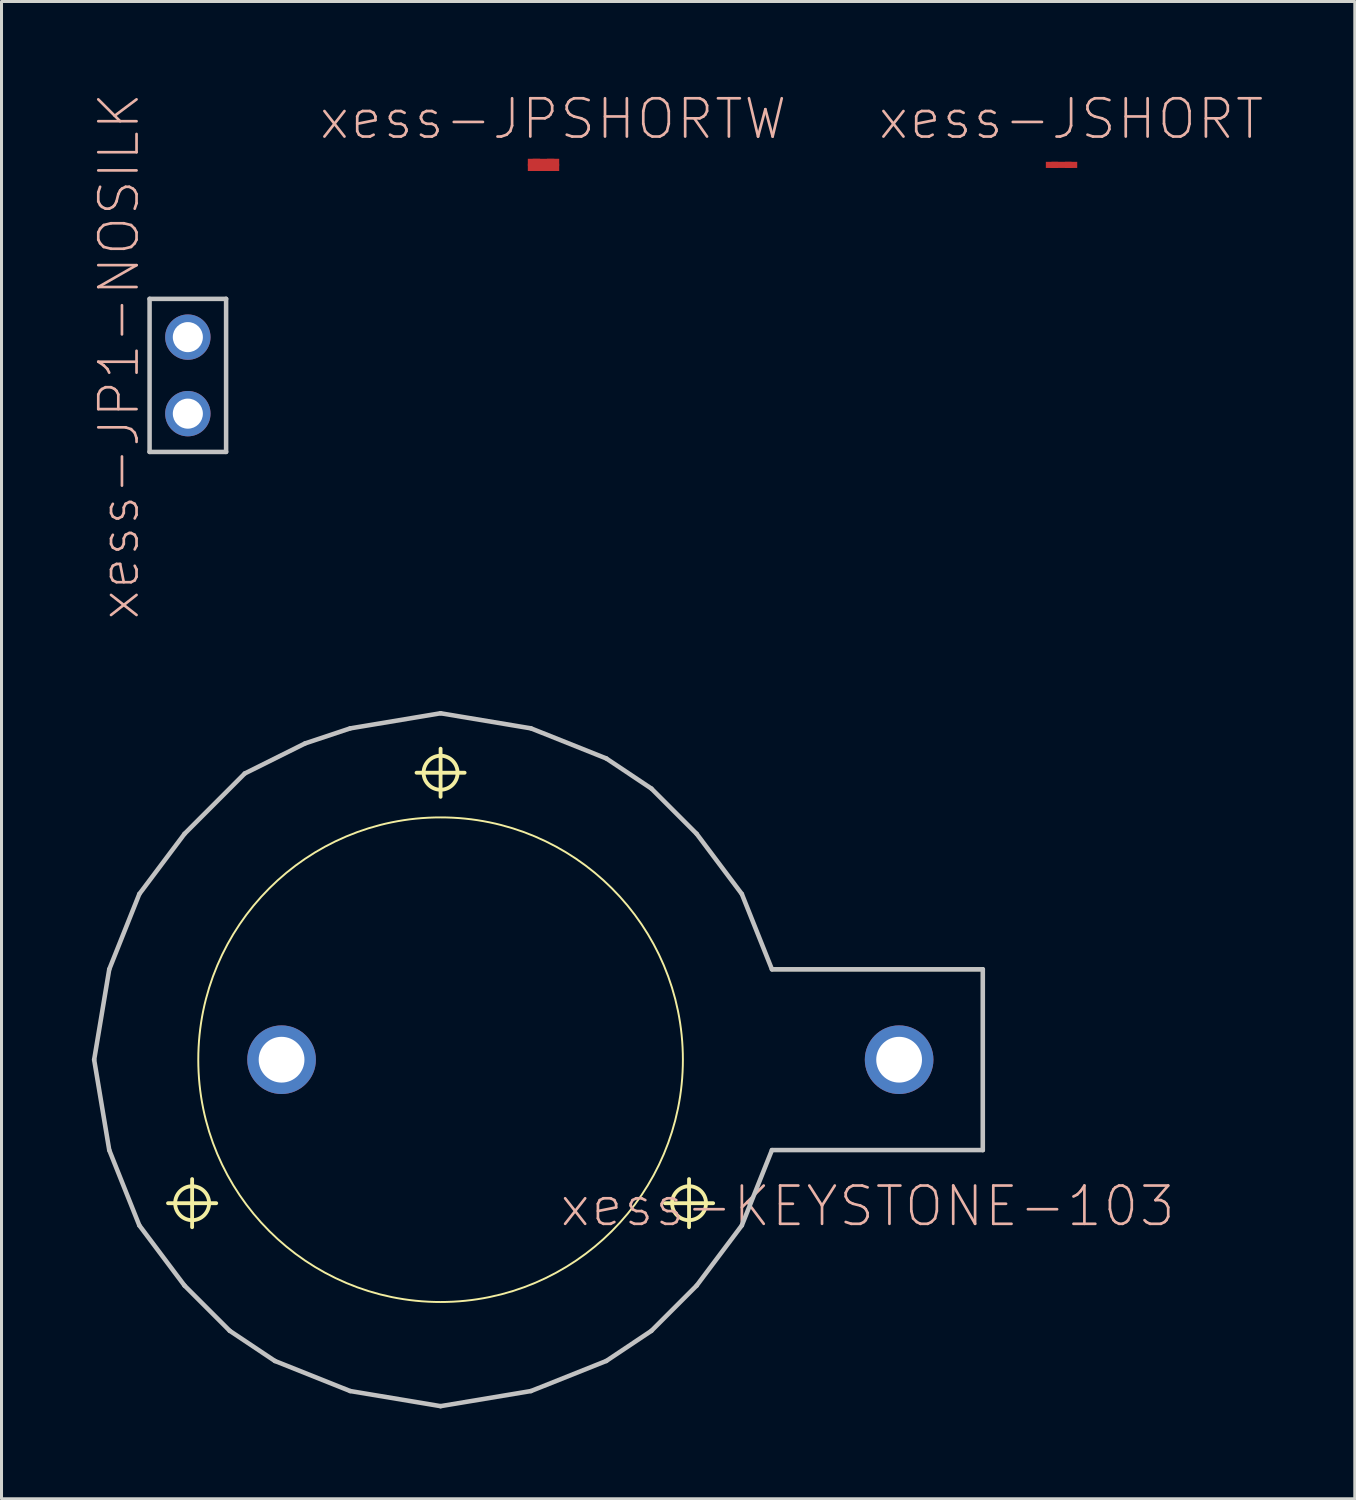
<source format=kicad_pcb>
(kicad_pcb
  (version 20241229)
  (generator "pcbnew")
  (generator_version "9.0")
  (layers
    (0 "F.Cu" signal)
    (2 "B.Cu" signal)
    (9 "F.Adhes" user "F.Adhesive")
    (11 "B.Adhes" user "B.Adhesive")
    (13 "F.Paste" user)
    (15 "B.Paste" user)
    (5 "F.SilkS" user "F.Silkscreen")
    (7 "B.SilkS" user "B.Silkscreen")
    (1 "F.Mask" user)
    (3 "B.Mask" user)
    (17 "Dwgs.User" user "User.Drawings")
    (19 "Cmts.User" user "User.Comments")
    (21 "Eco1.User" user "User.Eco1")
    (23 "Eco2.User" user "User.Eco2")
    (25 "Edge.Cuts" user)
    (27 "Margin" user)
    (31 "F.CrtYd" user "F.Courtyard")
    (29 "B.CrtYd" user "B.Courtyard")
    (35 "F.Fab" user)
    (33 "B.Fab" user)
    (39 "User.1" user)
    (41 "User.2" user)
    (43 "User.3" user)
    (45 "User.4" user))
  (footprint "xess-JP1-NOSILK"
    (layer "F.Cu")
    (at 3.185 9.41)
    (property "Reference" "xess-JP1-NOSILK" (at -2.286 -0.635 90) (layer "B.SilkS") (effects (font (size 1.27 1.27) (thickness 0.089))))
    (attr exclude_from_pos_files exclude_from_bom)
    (fp_line (start -1.27 -2.54) (end 1.27 -2.54) (stroke (width 0.15) (type solid)) (layer "Dwgs.User"))
    (fp_line (start -1.27 2.54) (end -1.27 -2.54) (stroke (width 0.15) (type solid)) (layer "Dwgs.User"))
    (fp_line (start -0.305 -1.575) (end 0.305 -1.575) (stroke (width 0.066) (type solid)) (layer "Dwgs.User"))
    (fp_line (start -0.305 -0.965) (end -0.305 -1.575) (stroke (width 0.066) (type solid)) (layer "Dwgs.User"))
    (fp_line (start -0.305 -0.965) (end 0.305 -0.965) (stroke (width 0.066) (type solid)) (layer "Dwgs.User"))
    (fp_line (start -0.305 0.965) (end 0.305 0.965) (stroke (width 0.066) (type solid)) (layer "Dwgs.User"))
    (fp_line (start -0.305 1.575) (end -0.305 0.965) (stroke (width 0.066) (type solid)) (layer "Dwgs.User"))
    (fp_line (start -0.305 1.575) (end 0.305 1.575) (stroke (width 0.066) (type solid)) (layer "Dwgs.User"))
    (fp_line (start 0.305 -0.965) (end 0.305 -1.575) (stroke (width 0.066) (type solid)) (layer "Dwgs.User"))
    (fp_line (start 0.305 1.575) (end 0.305 0.965) (stroke (width 0.066) (type solid)) (layer "Dwgs.User"))
    (fp_line (start 1.27 -2.54) (end 1.27 2.54) (stroke (width 0.15) (type solid)) (layer "Dwgs.User"))
    (fp_line (start 1.27 2.54) (end -1.27 2.54) (stroke (width 0.15) (type solid)) (layer "Dwgs.User"))
    (pad "1" thru_hole circle (at 0 1.27) (size 1.506 1.506) (drill 0.998) (layers "*.Cu" "*.Mask"))
    (pad "2" thru_hole circle (at 0 -1.27) (size 1.506 1.506) (drill 0.998) (layers "*.Cu" "*.Mask")))
  (footprint "xess-KEYSTONE-103"
    (layer "F.Cu")
    (at 11.574 32.124)
    (property "Reference" "xess-KEYSTONE-103" (at 14.173 4.864 0) (layer "B.SilkS") (effects (font (size 1.27 1.27) (thickness 0.089))))
    (attr exclude_from_pos_files exclude_from_bom)
    (fp_line (start -9.047 4.763) (end -7.447 4.763) (stroke (width 0.127) (type solid)) (layer "F.SilkS"))
    (fp_line (start -8.247 5.56) (end -8.247 3.962) (stroke (width 0.127) (type solid)) (layer "F.SilkS"))
    (fp_line (start -0.798 -9.525) (end 0.798 -9.525) (stroke (width 0.127) (type solid)) (layer "F.SilkS"))
    (fp_line (start 0 -8.725) (end 0 -10.323) (stroke (width 0.127) (type solid)) (layer "F.SilkS"))
    (fp_line (start 7.447 4.763) (end 9.047 4.763) (stroke (width 0.127) (type solid)) (layer "F.SilkS"))
    (fp_line (start 8.247 5.56) (end 8.247 3.962) (stroke (width 0.127) (type solid)) (layer "F.SilkS"))
    (fp_line (start 10.998 -3) (end 17.998 -3) (stroke (width 0.127) (type solid)) (layer "F.SilkS"))
    (fp_line (start 17.998 -3) (end 17.998 3) (stroke (width 0.127) (type solid)) (layer "F.SilkS"))
    (fp_line (start 17.998 3) (end 10.998 3) (stroke (width 0.127) (type solid)) (layer "F.SilkS"))
    (fp_circle (center -8.247 4.763) (end -8.646 5.161) (stroke (width 0.127) (type solid)) (fill no) (layer "F.SilkS"))
    (fp_circle (center 0 -9.525) (end -0.399 -9.924) (stroke (width 0.127) (type solid)) (fill no) (layer "F.SilkS"))
    (fp_circle (center 0 0) (end -5.687 5.687) (stroke (width 0.064) (type solid)) (fill no) (layer "F.SilkS"))
    (fp_circle (center 8.247 4.763) (end 8.646 5.161) (stroke (width 0.127) (type solid)) (fill no) (layer "F.SilkS"))
    (fp_line (start -11.499 0) (end -10.998 3) (stroke (width 0.15) (type solid)) (layer "Dwgs.User"))
    (fp_line (start -10.998 -3) (end -11.499 0) (stroke (width 0.15) (type solid)) (layer "Dwgs.User"))
    (fp_line (start -10.998 3) (end -10 5.499) (stroke (width 0.15) (type solid)) (layer "Dwgs.User"))
    (fp_line (start -10 -5.499) (end -10.998 -3) (stroke (width 0.15) (type solid)) (layer "Dwgs.User"))
    (fp_line (start -10 5.499) (end -8.499 7.498) (stroke (width 0.15) (type solid)) (layer "Dwgs.User"))
    (fp_line (start -8.499 -7.498) (end -10 -5.499) (stroke (width 0.15) (type solid)) (layer "Dwgs.User"))
    (fp_line (start -8.499 7.498) (end -6.998 8.999) (stroke (width 0.15) (type solid)) (layer "Dwgs.User"))
    (fp_line (start -6.998 8.999) (end -5.499 10) (stroke (width 0.15) (type solid)) (layer "Dwgs.User"))
    (fp_line (start -6.5 -9.5) (end -8.499 -7.498) (stroke (width 0.15) (type solid)) (layer "Dwgs.User"))
    (fp_line (start -5.499 10) (end -3 10.998) (stroke (width 0.15) (type solid)) (layer "Dwgs.User"))
    (fp_line (start -4.498 -10.498) (end -6.5 -9.5) (stroke (width 0.15) (type solid)) (layer "Dwgs.User"))
    (fp_line (start -3 -10.998) (end -4.498 -10.498) (stroke (width 0.15) (type solid)) (layer "Dwgs.User"))
    (fp_line (start -3 10.998) (end 0 11.499) (stroke (width 0.15) (type solid)) (layer "Dwgs.User"))
    (fp_line (start 0 -11.499) (end -3 -10.998) (stroke (width 0.15) (type solid)) (layer "Dwgs.User"))
    (fp_line (start 0 11.499) (end 3 10.998) (stroke (width 0.15) (type solid)) (layer "Dwgs.User"))
    (fp_line (start 3 -10.998) (end 0 -11.499) (stroke (width 0.15) (type solid)) (layer "Dwgs.User"))
    (fp_line (start 3 10.998) (end 5.499 10) (stroke (width 0.15) (type solid)) (layer "Dwgs.User"))
    (fp_line (start 5.499 -10) (end 3 -10.998) (stroke (width 0.15) (type solid)) (layer "Dwgs.User"))
    (fp_line (start 5.499 10) (end 6.998 8.999) (stroke (width 0.15) (type solid)) (layer "Dwgs.User"))
    (fp_line (start 6.998 -8.999) (end 5.499 -10) (stroke (width 0.15) (type solid)) (layer "Dwgs.User"))
    (fp_line (start 6.998 8.999) (end 8.499 7.498) (stroke (width 0.15) (type solid)) (layer "Dwgs.User"))
    (fp_line (start 8.499 -7.498) (end 6.998 -8.999) (stroke (width 0.15) (type solid)) (layer "Dwgs.User"))
    (fp_line (start 8.499 7.498) (end 10 5.499) (stroke (width 0.15) (type solid)) (layer "Dwgs.User"))
    (fp_line (start 10 -5.499) (end 8.499 -7.498) (stroke (width 0.15) (type solid)) (layer "Dwgs.User"))
    (fp_line (start 10 5.499) (end 10.998 3) (stroke (width 0.15) (type solid)) (layer "Dwgs.User"))
    (fp_line (start 10.998 -3) (end 10 -5.499) (stroke (width 0.15) (type solid)) (layer "Dwgs.User"))
    (fp_line (start 10.998 3) (end 17.998 3) (stroke (width 0.15) (type solid)) (layer "Dwgs.User"))
    (fp_line (start 17.998 -3) (end 10.998 -3) (stroke (width 0.15) (type solid)) (layer "Dwgs.User"))
    (fp_line (start 17.998 3) (end 17.998 -3) (stroke (width 0.15) (type solid)) (layer "Dwgs.User"))
    (pad "+" thru_hole circle (at 15.22 0) (size 2.278 2.278) (drill 1.519) (layers "*.Cu" "*.Mask"))
    (pad "-" thru_hole circle (at -5.278 0) (size 2.278 2.278) (drill 1.519) (layers "*.Cu" "*.Mask")))
  (footprint "xess-JSHORT"
    (layer "F.Cu")
    (at 31.867 2.423)
    (property "Reference" "xess-JSHORT" (at 0.635 -1.524 0) (layer "B.SilkS") (effects (font (size 1.27 1.27) (thickness 0.089))))
    (attr smd)
    (fp_line (start 0 0) (end 0.635 0) (stroke (width 0.203) (type solid)) (layer "F.Cu"))
    (pad "1" smd rect (at 0 0) (size 0.406 0.203) (layers "F.Cu" "F.Mask" "F.Paste"))
    (pad "2" smd rect (at 0.635 0) (size 0.406 0.203) (layers "F.Cu" "F.Mask" "F.Paste")))
  (footprint "xess-JPSHORTW"
    (layer "F.Cu")
    (at 14.673 2.423)
    (property "Reference" "xess-JPSHORTW" (at 0.635 -1.524 0) (layer "B.SilkS") (effects (font (size 1.27 1.27) (thickness 0.089))))
    (attr smd)
    (fp_line (start 0 0) (end 0.635 0) (stroke (width 0.406) (type solid)) (layer "F.Cu"))
    (pad "1" smd rect (at 0 0) (size 0.406 0.406) (layers "F.Cu" "F.Mask" "F.Paste"))
    (pad "2" smd rect (at 0.635 0) (size 0.406 0.406) (layers "F.Cu" "F.Mask" "F.Paste")))
  (gr_rect
    (start -3 -3)
    (end 41.919 46.698)
    (stroke (width 0.1) (type default))
    (fill no)
    (layer "Edge.Cuts")))
</source>
